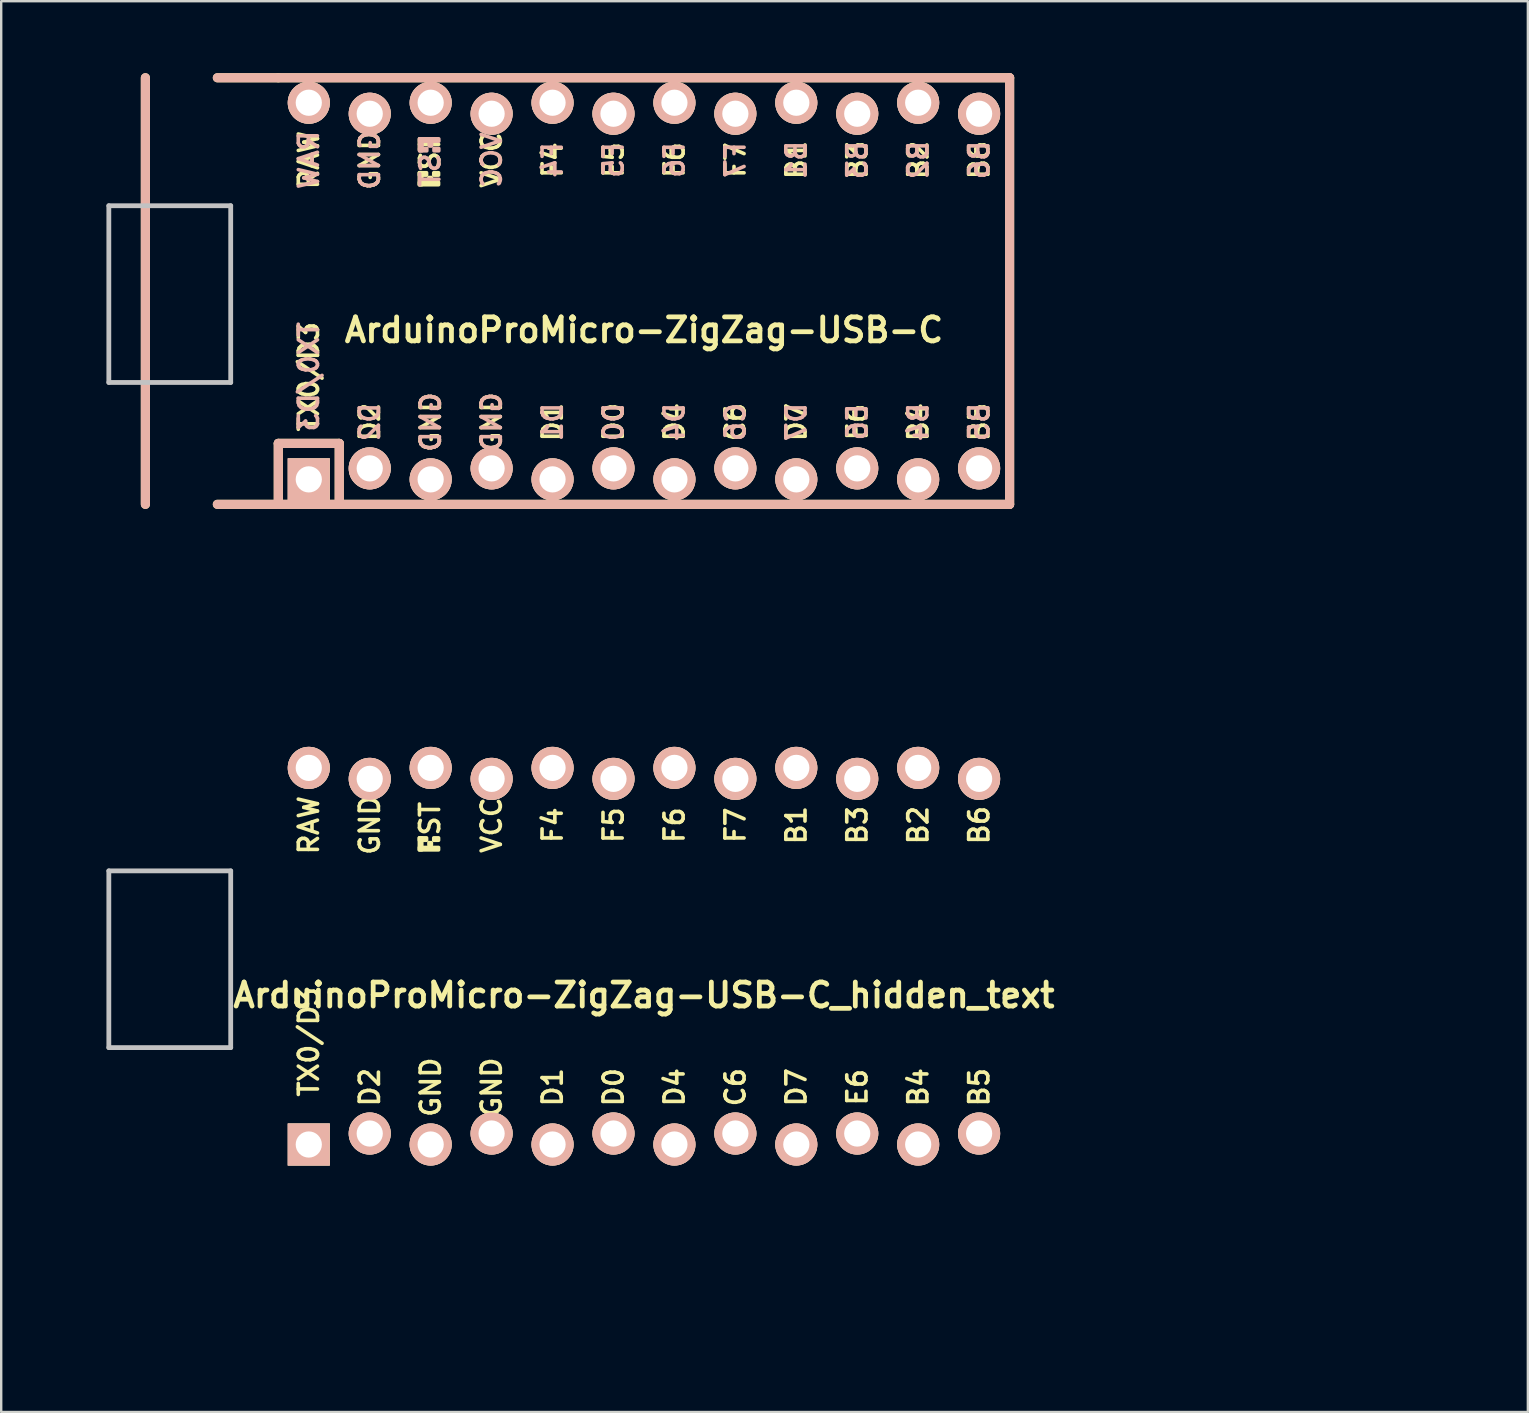
<source format=kicad_pcb>
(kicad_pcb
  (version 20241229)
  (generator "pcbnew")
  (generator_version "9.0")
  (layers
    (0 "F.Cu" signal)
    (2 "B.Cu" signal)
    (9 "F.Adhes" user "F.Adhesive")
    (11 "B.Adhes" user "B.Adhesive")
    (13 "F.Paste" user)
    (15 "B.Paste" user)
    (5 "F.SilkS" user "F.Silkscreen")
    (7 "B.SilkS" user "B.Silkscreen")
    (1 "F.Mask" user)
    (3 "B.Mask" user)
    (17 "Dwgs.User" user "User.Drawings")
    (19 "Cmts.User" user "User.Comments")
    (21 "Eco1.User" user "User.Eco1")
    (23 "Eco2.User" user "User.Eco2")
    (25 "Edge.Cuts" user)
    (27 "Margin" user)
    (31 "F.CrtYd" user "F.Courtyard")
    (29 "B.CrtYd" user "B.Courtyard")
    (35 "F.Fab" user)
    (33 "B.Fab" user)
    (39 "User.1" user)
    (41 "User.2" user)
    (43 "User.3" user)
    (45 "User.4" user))
  (footprint "ArduinoProMicro-ZigZag-USB-C_hidden_text"
    (layer "F.Cu")
    (at 23.79 36.804)
    (property "Reference" "ArduinoProMicro-ZigZag-USB-C_hidden_text" (at 0 1.625 0) (layer "F.SilkS") (effects (font (size 1 1) (thickness 0.2))))
    (attr through_hole)
    (fp_poly (pts (xy -9.361 -4.932) (xy -9.261 -4.932) (xy -9.261 -4.432) (xy -9.361 -4.432)) (stroke (width 0.15) (type solid)) (fill yes) (layer "F.SilkS"))
    (fp_poly (pts (xy -9.361 -4.932) (xy -9.061 -4.932) (xy -9.061 -4.832) (xy -9.361 -4.832)) (stroke (width 0.15) (type solid)) (fill yes) (layer "F.SilkS"))
    (fp_poly (pts (xy -9.361 -4.532) (xy -8.561 -4.532) (xy -8.561 -4.432) (xy -9.361 -4.432)) (stroke (width 0.15) (type solid)) (fill yes) (layer "F.SilkS"))
    (fp_poly (pts (xy -8.961 -4.732) (xy -8.861 -4.732) (xy -8.861 -4.632) (xy -8.961 -4.632)) (stroke (width 0.15) (type solid)) (fill yes) (layer "F.SilkS"))
    (fp_poly (pts (xy -8.761 -4.932) (xy -8.561 -4.932) (xy -8.561 -4.832) (xy -8.761 -4.832)) (stroke (width 0.15) (type solid)) (fill yes) (layer "F.SilkS"))
    (fp_line (start -22.304 -3.556) (end -17.224 -3.556) (stroke (width 0.2) (type solid)) (layer "Dwgs.User"))
    (fp_line (start -22.304 3.81) (end -22.304 -3.556) (stroke (width 0.2) (type solid)) (layer "Dwgs.User"))
    (fp_line (start -17.224 -3.556) (end -17.224 3.81) (stroke (width 0.2) (type solid)) (layer "Dwgs.User"))
    (fp_line (start -17.224 3.81) (end -22.304 3.81) (stroke (width 0.2) (type solid)) (layer "Dwgs.User"))
    (fp_text user "D4" (at 1.27 5.461 90) (layer "F.SilkS") (effects (font (size 0.8 0.8) (thickness 0.15))))
    (fp_text user "F5" (at -1.27 -5.461 90) (layer "F.SilkS") (effects (font (size 0.8 0.8) (thickness 0.15))))
    (fp_text user "B1" (at 6.35 -5.461 90) (layer "F.SilkS") (effects (font (size 0.8 0.8) (thickness 0.15))))
    (fp_text user "B3" (at 8.89 -5.461 90) (layer "F.SilkS") (effects (font (size 0.8 0.8) (thickness 0.15))))
    (fp_text user "B6" (at 13.97 -5.461 90) (layer "F.SilkS") (effects (font (size 0.8 0.8) (thickness 0.15))))
    (fp_text user "RAW" (at -13.97 -5.461 90) (layer "F.SilkS") (effects (font (size 0.8 0.8) (thickness 0.15))))
    (fp_text user "B5" (at 13.97 5.461 90) (layer "F.SilkS") (effects (font (size 0.8 0.8) (thickness 0.15))))
    (fp_text user "TX0/D3" (at -13.97 3.572 90) (layer "F.SilkS") (effects (font (size 0.8 0.8) (thickness 0.15))))
    (fp_text user "B4" (at 11.43 5.461 90) (layer "F.SilkS") (effects (font (size 0.8 0.8) (thickness 0.15))))
    (fp_text user "VCC" (at -6.35 -5.461 90) (layer "F.SilkS") (effects (font (size 0.8 0.8) (thickness 0.15))))
    (fp_text user "D0" (at -1.27 5.461 90) (layer "F.SilkS") (effects (font (size 0.8 0.8) (thickness 0.15))))
    (fp_text user "GND" (at -8.89 5.461 90) (layer "F.SilkS") (effects (font (size 0.8 0.8) (thickness 0.15))))
    (fp_text user "B2" (at 11.43 -5.461 90) (layer "F.SilkS") (effects (font (size 0.8 0.8) (thickness 0.15))))
    (fp_text user "F4" (at -3.81 -5.461 90) (layer "F.SilkS") (effects (font (size 0.8 0.8) (thickness 0.15))))
    (fp_text user "D1" (at -3.81 5.461 90) (layer "F.SilkS") (effects (font (size 0.8 0.8) (thickness 0.15))))
    (fp_text user "C6" (at 3.81 5.461 90) (layer "F.SilkS") (effects (font (size 0.8 0.8) (thickness 0.15))))
    (fp_text user "GND" (at -6.35 5.461 90) (layer "F.SilkS") (effects (font (size 0.8 0.8) (thickness 0.15))))
    (fp_text user "D2" (at -11.43 5.461 90) (layer "F.SilkS") (effects (font (size 0.8 0.8) (thickness 0.15))))
    (fp_text user "F6" (at 1.27 -5.461 90) (layer "F.SilkS") (effects (font (size 0.8 0.8) (thickness 0.15))))
    (fp_text user "ST" (at -8.92 -5.733 90) (layer "F.SilkS") (effects (font (size 0.8 0.8) (thickness 0.15))))
    (fp_text user "E6" (at 8.89 5.461 90) (layer "F.SilkS") (effects (font (size 0.8 0.8) (thickness 0.15))))
    (fp_text user "D7" (at 6.35 5.461 90) (layer "F.SilkS") (effects (font (size 0.8 0.8) (thickness 0.15))))
    (fp_text user "F7" (at 3.81 -5.461 90) (layer "F.SilkS") (effects (font (size 0.8 0.8) (thickness 0.15))))
    (fp_text user "GND" (at -11.43 -5.461 90) (layer "F.SilkS") (effects (font (size 0.8 0.8) (thickness 0.15))))
    (fp_text user "Micro-usb is 33mm, this USB-C is 36mm, other wise pinout is the same." (at 5.025 15.15 0) (unlocked yes) (layer "User.1") (effects (font (size 1 1) (thickness 0.15))))
    (pad "1" thru_hole rect (at -13.97 7.849) (size 1.753 1.753) (drill 1.092) (layers "*.Cu" "*.SilkS" "*.Mask"))
    (pad "2" thru_hole circle (at -11.43 7.391) (size 1.753 1.753) (drill 1.092) (layers "*.Cu" "*.SilkS" "*.Mask"))
    (pad "3" thru_hole circle (at -8.89 7.849) (size 1.753 1.753) (drill 1.092) (layers "*.Cu" "*.SilkS" "*.Mask"))
    (pad "4" thru_hole circle (at -6.35 7.391) (size 1.753 1.753) (drill 1.092) (layers "*.Cu" "*.SilkS" "*.Mask"))
    (pad "5" thru_hole circle (at -3.81 7.849) (size 1.753 1.753) (drill 1.092) (layers "*.Cu" "*.SilkS" "*.Mask"))
    (pad "6" thru_hole circle (at -1.27 7.391) (size 1.753 1.753) (drill 1.092) (layers "*.Cu" "*.SilkS" "*.Mask"))
    (pad "7" thru_hole circle (at 1.27 7.849) (size 1.753 1.753) (drill 1.092) (layers "*.Cu" "*.SilkS" "*.Mask"))
    (pad "8" thru_hole circle (at 3.81 7.391) (size 1.753 1.753) (drill 1.092) (layers "*.Cu" "*.SilkS" "*.Mask"))
    (pad "9" thru_hole circle (at 6.35 7.849) (size 1.753 1.753) (drill 1.092) (layers "*.Cu" "*.SilkS" "*.Mask"))
    (pad "10" thru_hole circle (at 8.89 7.391) (size 1.753 1.753) (drill 1.092) (layers "*.Cu" "*.SilkS" "*.Mask"))
    (pad "11" thru_hole circle (at 11.43 7.849) (size 1.753 1.753) (drill 1.092) (layers "*.Cu" "*.SilkS" "*.Mask"))
    (pad "12" thru_hole circle (at 13.97 7.391) (size 1.753 1.753) (drill 1.092) (layers "*.Cu" "*.SilkS" "*.Mask"))
    (pad "13" thru_hole circle (at 13.97 -7.391) (size 1.753 1.753) (drill 1.092) (layers "*.Cu" "*.SilkS" "*.Mask"))
    (pad "14" thru_hole circle (at 11.43 -7.849) (size 1.753 1.753) (drill 1.092) (layers "*.Cu" "*.SilkS" "*.Mask"))
    (pad "15" thru_hole circle (at 8.89 -7.391) (size 1.753 1.753) (drill 1.092) (layers "*.Cu" "*.SilkS" "*.Mask"))
    (pad "16" thru_hole circle (at 6.35 -7.849) (size 1.753 1.753) (drill 1.092) (layers "*.Cu" "*.SilkS" "*.Mask"))
    (pad "17" thru_hole circle (at 3.81 -7.391) (size 1.753 1.753) (drill 1.092) (layers "*.Cu" "*.SilkS" "*.Mask"))
    (pad "18" thru_hole circle (at 1.27 -7.849) (size 1.753 1.753) (drill 1.092) (layers "*.Cu" "*.SilkS" "*.Mask"))
    (pad "19" thru_hole circle (at -1.27 -7.391) (size 1.753 1.753) (drill 1.092) (layers "*.Cu" "*.SilkS" "*.Mask"))
    (pad "20" thru_hole circle (at -3.81 -7.849) (size 1.753 1.753) (drill 1.092) (layers "*.Cu" "*.SilkS" "*.Mask"))
    (pad "21" thru_hole circle (at -6.35 -7.391) (size 1.753 1.753) (drill 1.092) (layers "*.Cu" "*.SilkS" "*.Mask"))
    (pad "22" thru_hole circle (at -8.89 -7.849) (size 1.753 1.753) (drill 1.092) (layers "*.Cu" "*.SilkS" "*.Mask"))
    (pad "23" thru_hole circle (at -11.43 -7.391) (size 1.753 1.753) (drill 1.092) (layers "*.Cu" "*.SilkS" "*.Mask"))
    (pad "24" thru_hole circle (at -13.97 -7.849) (size 1.753 1.753) (drill 1.092) (layers "*.Cu" "*.SilkS" "*.Mask")))
  (footprint "ArduinoProMicro-ZigZag-USB-C"
    (layer "F.Cu")
    (at 23.79 9.081)
    (property "Reference" "ArduinoProMicro-ZigZag-USB-C" (at 0 1.625 0) (layer "F.SilkS") (effects (font (size 1 1) (thickness 0.2))))
    (attr through_hole)
    (fp_line (start -20.78 -8.89) (end -20.78 8.89) (stroke (width 0.381) (type solid)) (layer "F.SilkS"))
    (fp_line (start -17.78 8.89) (end -15.24 8.89) (stroke (width 0.381) (type solid)) (layer "F.SilkS"))
    (fp_line (start -15.24 -8.89) (end -17.78 -8.89) (stroke (width 0.381) (type solid)) (layer "F.SilkS"))
    (fp_line (start -15.24 6.35) (end -15.24 8.89) (stroke (width 0.381) (type solid)) (layer "F.SilkS"))
    (fp_line (start -15.24 6.35) (end -12.7 6.35) (stroke (width 0.381) (type solid)) (layer "F.SilkS"))
    (fp_line (start -15.24 8.89) (end 15.24 8.89) (stroke (width 0.381) (type solid)) (layer "F.SilkS"))
    (fp_line (start -12.7 6.35) (end -12.7 8.89) (stroke (width 0.381) (type solid)) (layer "F.SilkS"))
    (fp_line (start 15.24 -8.89) (end -15.24 -8.89) (stroke (width 0.381) (type solid)) (layer "F.SilkS"))
    (fp_line (start 15.24 8.89) (end 15.24 -8.89) (stroke (width 0.381) (type solid)) (layer "F.SilkS"))
    (fp_poly (pts (xy -9.361 -4.932) (xy -9.261 -4.932) (xy -9.261 -4.432) (xy -9.361 -4.432)) (stroke (width 0.15) (type solid)) (fill yes) (layer "F.SilkS"))
    (fp_poly (pts (xy -9.361 -4.932) (xy -9.061 -4.932) (xy -9.061 -4.832) (xy -9.361 -4.832)) (stroke (width 0.15) (type solid)) (fill yes) (layer "F.SilkS"))
    (fp_poly (pts (xy -9.361 -4.532) (xy -8.561 -4.532) (xy -8.561 -4.432) (xy -9.361 -4.432)) (stroke (width 0.15) (type solid)) (fill yes) (layer "F.SilkS"))
    (fp_poly (pts (xy -8.961 -4.732) (xy -8.861 -4.732) (xy -8.861 -4.632) (xy -8.961 -4.632)) (stroke (width 0.15) (type solid)) (fill yes) (layer "F.SilkS"))
    (fp_poly (pts (xy -8.761 -4.932) (xy -8.561 -4.932) (xy -8.561 -4.832) (xy -8.761 -4.832)) (stroke (width 0.15) (type solid)) (fill yes) (layer "F.SilkS"))
    (fp_line (start -20.78 -8.89) (end -20.78 8.89) (stroke (width 0.381) (type solid)) (layer "B.SilkS"))
    (fp_line (start -17.78 8.89) (end 15.24 8.89) (stroke (width 0.381) (type solid)) (layer "B.SilkS"))
    (fp_line (start -15.24 6.35) (end -15.24 8.89) (stroke (width 0.381) (type solid)) (layer "B.SilkS"))
    (fp_line (start -15.24 6.35) (end -12.7 6.35) (stroke (width 0.381) (type solid)) (layer "B.SilkS"))
    (fp_line (start -12.7 6.35) (end -12.7 8.89) (stroke (width 0.381) (type solid)) (layer "B.SilkS"))
    (fp_line (start 15.24 -8.89) (end -17.78 -8.89) (stroke (width 0.381) (type solid)) (layer "B.SilkS"))
    (fp_line (start 15.24 8.89) (end 15.24 -8.89) (stroke (width 0.381) (type solid)) (layer "B.SilkS"))
    (fp_poly (pts (xy -9.351 -6.245) (xy -8.551 -6.245) (xy -8.551 -6.345) (xy -9.351 -6.345)) (stroke (width 0.15) (type solid)) (fill yes) (layer "B.SilkS"))
    (fp_poly (pts (xy -9.351 -5.845) (xy -9.251 -5.845) (xy -9.251 -6.345) (xy -9.351 -6.345)) (stroke (width 0.15) (type solid)) (fill yes) (layer "B.SilkS"))
    (fp_poly (pts (xy -9.351 -5.845) (xy -9.051 -5.845) (xy -9.051 -5.945) (xy -9.351 -5.945)) (stroke (width 0.15) (type solid)) (fill yes) (layer "B.SilkS"))
    (fp_poly (pts (xy -8.951 -6.045) (xy -8.851 -6.045) (xy -8.851 -6.145) (xy -8.951 -6.145)) (stroke (width 0.15) (type solid)) (fill yes) (layer "B.SilkS"))
    (fp_poly (pts (xy -8.751 -5.845) (xy -8.551 -5.845) (xy -8.551 -5.945) (xy -8.751 -5.945)) (stroke (width 0.15) (type solid)) (fill yes) (layer "B.SilkS"))
    (fp_line (start -22.304 -3.556) (end -17.224 -3.556) (stroke (width 0.2) (type solid)) (layer "Dwgs.User"))
    (fp_line (start -22.304 3.81) (end -22.304 -3.556) (stroke (width 0.2) (type solid)) (layer "Dwgs.User"))
    (fp_line (start -17.224 -3.556) (end -17.224 3.81) (stroke (width 0.2) (type solid)) (layer "Dwgs.User"))
    (fp_line (start -17.224 3.81) (end -22.304 3.81) (stroke (width 0.2) (type solid)) (layer "Dwgs.User"))
    (fp_text user "F6" (at 1.27 -5.461 90) (layer "F.SilkS") (effects (font (size 0.8 0.8) (thickness 0.15))))
    (fp_text user "B2" (at 11.43 -5.461 90) (layer "F.SilkS") (effects (font (size 0.8 0.8) (thickness 0.15))))
    (fp_text user "E6" (at 8.89 5.461 90) (layer "F.SilkS") (effects (font (size 0.8 0.8) (thickness 0.15))))
    (fp_text user "RAW" (at -13.97 -5.461 90) (layer "F.SilkS") (effects (font (size 0.8 0.8) (thickness 0.15))))
    (fp_text user "F7" (at 3.81 -5.461 90) (layer "F.SilkS") (effects (font (size 0.8 0.8) (thickness 0.15))))
    (fp_text user "F5" (at -1.27 -5.461 90) (layer "F.SilkS") (effects (font (size 0.8 0.8) (thickness 0.15))))
    (fp_text user "VCC" (at -6.35 -5.461 90) (layer "F.SilkS") (effects (font (size 0.8 0.8) (thickness 0.15))))
    (fp_text user "D1" (at -3.81 5.461 90) (layer "F.SilkS") (effects (font (size 0.8 0.8) (thickness 0.15))))
    (fp_text user "D2" (at -11.43 5.461 90) (layer "F.SilkS") (effects (font (size 0.8 0.8) (thickness 0.15))))
    (fp_text user "B5" (at 13.97 5.461 90) (layer "F.SilkS") (effects (font (size 0.8 0.8) (thickness 0.15))))
    (fp_text user "D0" (at -1.27 5.461 90) (layer "F.SilkS") (effects (font (size 0.8 0.8) (thickness 0.15))))
    (fp_text user "B1" (at 6.35 -5.461 90) (layer "F.SilkS") (effects (font (size 0.8 0.8) (thickness 0.15))))
    (fp_text user "D4" (at 1.27 5.461 90) (layer "F.SilkS") (effects (font (size 0.8 0.8) (thickness 0.15))))
    (fp_text user "GND" (at -8.89 5.461 90) (layer "F.SilkS") (effects (font (size 0.8 0.8) (thickness 0.15))))
    (fp_text user "GND" (at -11.43 -5.461 90) (layer "F.SilkS") (effects (font (size 0.8 0.8) (thickness 0.15))))
    (fp_text user "F4" (at -3.81 -5.461 90) (layer "F.SilkS") (effects (font (size 0.8 0.8) (thickness 0.15))))
    (fp_text user "B4" (at 11.43 5.461 90) (layer "F.SilkS") (effects (font (size 0.8 0.8) (thickness 0.15))))
    (fp_text user "GND" (at -6.35 5.461 90) (layer "F.SilkS") (effects (font (size 0.8 0.8) (thickness 0.15))))
    (fp_text user "ST" (at -8.92 -5.733 90) (layer "F.SilkS") (effects (font (size 0.8 0.8) (thickness 0.15))))
    (fp_text user "TX0/D3" (at -13.97 3.572 90) (layer "F.SilkS") (effects (font (size 0.8 0.8) (thickness 0.15))))
    (fp_text user "C6" (at 3.81 5.461 90) (layer "F.SilkS") (effects (font (size 0.8 0.8) (thickness 0.15))))
    (fp_text user "B3" (at 8.89 -5.461 90) (layer "F.SilkS") (effects (font (size 0.8 0.8) (thickness 0.15))))
    (fp_text user "D7" (at 6.35 5.461 90) (layer "F.SilkS") (effects (font (size 0.8 0.8) (thickness 0.15))))
    (fp_text user "B6" (at 13.97 -5.461 90) (layer "F.SilkS") (effects (font (size 0.8 0.8) (thickness 0.15))))
    (fp_text user "TX0/D3" (at -13.97 3.572 90) (layer "B.SilkS") (effects (font (size 0.8 0.8) (thickness 0.15)) (justify mirror)))
    (fp_text user "GND" (at -11.43 -5.461 90) (layer "B.SilkS") (effects (font (size 0.8 0.8) (thickness 0.15)) (justify mirror)))
    (fp_text user "RAW" (at -13.97 -5.461 90) (layer "B.SilkS") (effects (font (size 0.8 0.8) (thickness 0.15)) (justify mirror)))
    (fp_text user "ST" (at -8.91 -5.04 90) (layer "B.SilkS") (effects (font (size 0.8 0.8) (thickness 0.15)) (justify mirror)))
    (fp_text user "C6" (at 3.81 5.461 90) (layer "B.SilkS") (effects (font (size 0.8 0.8) (thickness 0.15)) (justify mirror)))
    (fp_text user "VCC" (at -6.35 -5.461 90) (layer "B.SilkS") (effects (font (size 0.8 0.8) (thickness 0.15)) (justify mirror)))
    (fp_text user "F5" (at -1.27 -5.461 90) (layer "B.SilkS") (effects (font (size 0.8 0.8) (thickness 0.15)) (justify mirror)))
    (fp_text user "B6" (at 13.97 -5.461 90) (layer "B.SilkS") (effects (font (size 0.8 0.8) (thickness 0.15)) (justify mirror)))
    (fp_text user "B4" (at 11.43 5.461 90) (layer "B.SilkS") (effects (font (size 0.8 0.8) (thickness 0.15)) (justify mirror)))
    (fp_text user "D0" (at -1.27 5.461 90) (layer "B.SilkS") (effects (font (size 0.8 0.8) (thickness 0.15)) (justify mirror)))
    (fp_text user "GND" (at -8.89 5.461 90) (layer "B.SilkS") (effects (font (size 0.8 0.8) (thickness 0.15)) (justify mirror)))
    (fp_text user "B5" (at 13.97 5.461 90) (layer "B.SilkS") (effects (font (size 0.8 0.8) (thickness 0.15)) (justify mirror)))
    (fp_text user "B2" (at 11.43 -5.461 90) (layer "B.SilkS") (effects (font (size 0.8 0.8) (thickness 0.15)) (justify mirror)))
    (fp_text user "D4" (at 1.27 5.461 90) (layer "B.SilkS") (effects (font (size 0.8 0.8) (thickness 0.15)) (justify mirror)))
    (fp_text user "GND" (at -6.35 5.461 90) (layer "B.SilkS") (effects (font (size 0.8 0.8) (thickness 0.15)) (justify mirror)))
    (fp_text user "D7" (at 6.35 5.461 90) (layer "B.SilkS") (effects (font (size 0.8 0.8) (thickness 0.15)) (justify mirror)))
    (fp_text user "B1" (at 6.35 -5.461 90) (layer "B.SilkS") (effects (font (size 0.8 0.8) (thickness 0.15)) (justify mirror)))
    (fp_text user "F6" (at 1.27 -5.461 90) (layer "B.SilkS") (effects (font (size 0.8 0.8) (thickness 0.15)) (justify mirror)))
    (fp_text user "E6" (at 8.89 5.461 90) (layer "B.SilkS") (effects (font (size 0.8 0.8) (thickness 0.15)) (justify mirror)))
    (fp_text user "B3" (at 8.89 -5.461 90) (layer "B.SilkS") (effects (font (size 0.8 0.8) (thickness 0.15)) (justify mirror)))
    (fp_text user "F4" (at -3.81 -5.461 90) (layer "B.SilkS") (effects (font (size 0.8 0.8) (thickness 0.15)) (justify mirror)))
    (fp_text user "D1" (at -3.81 5.461 90) (layer "B.SilkS") (effects (font (size 0.8 0.8) (thickness 0.15)) (justify mirror)))
    (fp_text user "D2" (at -11.43 5.461 90) (layer "B.SilkS") (effects (font (size 0.8 0.8) (thickness 0.15)) (justify mirror)))
    (fp_text user "F7" (at 3.81 -5.461 90) (layer "B.SilkS") (effects (font (size 0.8 0.8) (thickness 0.15)) (justify mirror)))
    (fp_text user "Micro-usb is 33mm, this USB-C is 36mm, other wise pinout is the same." (at 5.025 15.15 0) (unlocked yes) (layer "User.1") (effects (font (size 1 1) (thickness 0.15))))
    (pad "1" thru_hole rect (at -13.97 7.849) (size 1.753 1.753) (drill 1.092) (layers "*.Cu" "*.SilkS" "*.Mask"))
    (pad "2" thru_hole circle (at -11.43 7.391) (size 1.753 1.753) (drill 1.092) (layers "*.Cu" "*.SilkS" "*.Mask"))
    (pad "3" thru_hole circle (at -8.89 7.849) (size 1.753 1.753) (drill 1.092) (layers "*.Cu" "*.SilkS" "*.Mask"))
    (pad "4" thru_hole circle (at -6.35 7.391) (size 1.753 1.753) (drill 1.092) (layers "*.Cu" "*.SilkS" "*.Mask"))
    (pad "5" thru_hole circle (at -3.81 7.849) (size 1.753 1.753) (drill 1.092) (layers "*.Cu" "*.SilkS" "*.Mask"))
    (pad "6" thru_hole circle (at -1.27 7.391) (size 1.753 1.753) (drill 1.092) (layers "*.Cu" "*.SilkS" "*.Mask"))
    (pad "7" thru_hole circle (at 1.27 7.849) (size 1.753 1.753) (drill 1.092) (layers "*.Cu" "*.SilkS" "*.Mask"))
    (pad "8" thru_hole circle (at 3.81 7.391) (size 1.753 1.753) (drill 1.092) (layers "*.Cu" "*.SilkS" "*.Mask"))
    (pad "9" thru_hole circle (at 6.35 7.849) (size 1.753 1.753) (drill 1.092) (layers "*.Cu" "*.SilkS" "*.Mask"))
    (pad "10" thru_hole circle (at 8.89 7.391) (size 1.753 1.753) (drill 1.092) (layers "*.Cu" "*.SilkS" "*.Mask"))
    (pad "11" thru_hole circle (at 11.43 7.849) (size 1.753 1.753) (drill 1.092) (layers "*.Cu" "*.SilkS" "*.Mask"))
    (pad "12" thru_hole circle (at 13.97 7.391) (size 1.753 1.753) (drill 1.092) (layers "*.Cu" "*.SilkS" "*.Mask"))
    (pad "13" thru_hole circle (at 13.97 -7.391) (size 1.753 1.753) (drill 1.092) (layers "*.Cu" "*.SilkS" "*.Mask"))
    (pad "14" thru_hole circle (at 11.43 -7.849) (size 1.753 1.753) (drill 1.092) (layers "*.Cu" "*.SilkS" "*.Mask"))
    (pad "15" thru_hole circle (at 8.89 -7.391) (size 1.753 1.753) (drill 1.092) (layers "*.Cu" "*.SilkS" "*.Mask"))
    (pad "16" thru_hole circle (at 6.35 -7.849) (size 1.753 1.753) (drill 1.092) (layers "*.Cu" "*.SilkS" "*.Mask"))
    (pad "17" thru_hole circle (at 3.81 -7.391) (size 1.753 1.753) (drill 1.092) (layers "*.Cu" "*.SilkS" "*.Mask"))
    (pad "18" thru_hole circle (at 1.27 -7.849) (size 1.753 1.753) (drill 1.092) (layers "*.Cu" "*.SilkS" "*.Mask"))
    (pad "19" thru_hole circle (at -1.27 -7.391) (size 1.753 1.753) (drill 1.092) (layers "*.Cu" "*.SilkS" "*.Mask"))
    (pad "20" thru_hole circle (at -3.81 -7.849) (size 1.753 1.753) (drill 1.092) (layers "*.Cu" "*.SilkS" "*.Mask"))
    (pad "21" thru_hole circle (at -6.35 -7.391) (size 1.753 1.753) (drill 1.092) (layers "*.Cu" "*.SilkS" "*.Mask"))
    (pad "22" thru_hole circle (at -8.89 -7.849) (size 1.753 1.753) (drill 1.092) (layers "*.Cu" "*.SilkS" "*.Mask"))
    (pad "23" thru_hole circle (at -11.43 -7.391) (size 1.753 1.753) (drill 1.092) (layers "*.Cu" "*.SilkS" "*.Mask"))
    (pad "24" thru_hole circle (at -13.97 -7.849) (size 1.753 1.753) (drill 1.092) (layers "*.Cu" "*.SilkS" "*.Mask")))
  (gr_rect
    (start -3 -3)
    (end 60.631 55.802)
    (stroke (width 0.1) (type default))
    (fill no)
    (layer "Edge.Cuts")))
</source>
